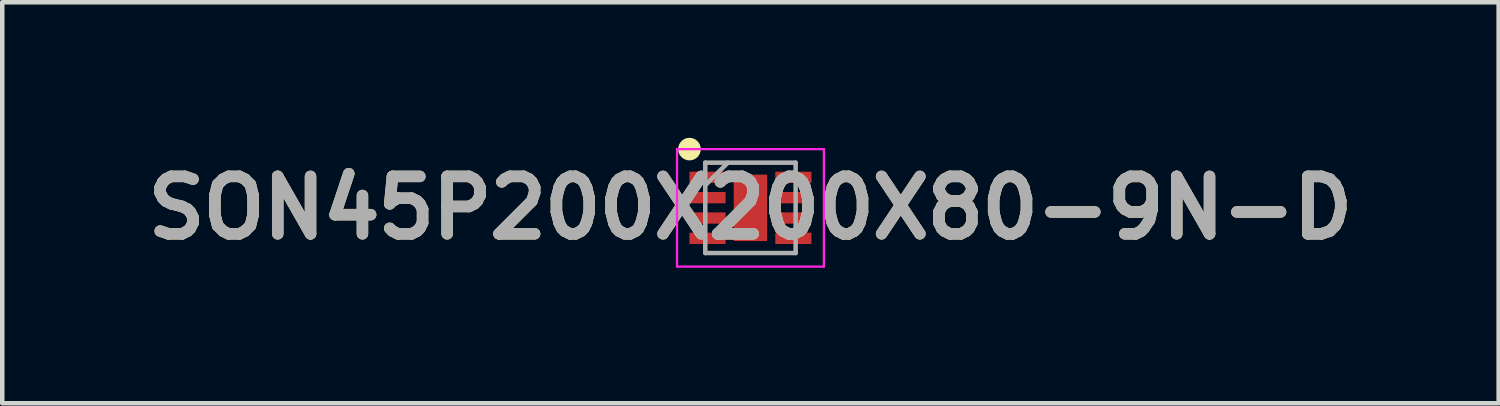
<source format=kicad_pcb>
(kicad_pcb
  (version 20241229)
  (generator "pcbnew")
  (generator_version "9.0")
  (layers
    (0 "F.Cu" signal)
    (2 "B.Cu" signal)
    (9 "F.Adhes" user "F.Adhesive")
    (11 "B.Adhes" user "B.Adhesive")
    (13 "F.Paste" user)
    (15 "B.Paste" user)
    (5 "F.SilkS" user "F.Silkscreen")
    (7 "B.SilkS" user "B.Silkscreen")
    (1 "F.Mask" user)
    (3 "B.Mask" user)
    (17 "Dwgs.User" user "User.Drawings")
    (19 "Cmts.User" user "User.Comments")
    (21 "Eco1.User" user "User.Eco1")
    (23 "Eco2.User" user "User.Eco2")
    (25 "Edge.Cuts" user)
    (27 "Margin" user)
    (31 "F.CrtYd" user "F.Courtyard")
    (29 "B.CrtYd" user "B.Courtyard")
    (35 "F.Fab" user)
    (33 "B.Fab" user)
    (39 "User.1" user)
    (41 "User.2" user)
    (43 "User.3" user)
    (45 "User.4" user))
  (footprint "SON45P200X200X80-9N-D"
    (layer "F.Cu")
    (at 13.559 1.55)
    (property "Reference" "SON45P200X200X80-9N-D" (at 0 0 0) (layer "F.SilkS") (effects (font (size 1.27 1.27) (thickness 0.254))))
    (attr smd)
    (fp_circle (center -1.35 -1.3) (end -1.35 -1.175) (stroke (width 0.25) (type solid)) (fill no) (layer "F.SilkS"))
    (fp_line (start -1.625 -1.3) (end 1.625 -1.3) (stroke (width 0.05) (type solid)) (layer "F.CrtYd"))
    (fp_line (start -1.625 1.3) (end -1.625 -1.3) (stroke (width 0.05) (type solid)) (layer "F.CrtYd"))
    (fp_line (start 1.625 -1.3) (end 1.625 1.3) (stroke (width 0.05) (type solid)) (layer "F.CrtYd"))
    (fp_line (start 1.625 1.3) (end -1.625 1.3) (stroke (width 0.05) (type solid)) (layer "F.CrtYd"))
    (fp_line (start -1 -1) (end 1 -1) (stroke (width 0.1) (type solid)) (layer "F.Fab"))
    (fp_line (start -1 -0.5) (end -0.5 -1) (stroke (width 0.1) (type solid)) (layer "F.Fab"))
    (fp_line (start -1 1) (end -1 -1) (stroke (width 0.1) (type solid)) (layer "F.Fab"))
    (fp_line (start 1 -1) (end 1 1) (stroke (width 0.1) (type solid)) (layer "F.Fab"))
    (fp_line (start 1 1) (end -1 1) (stroke (width 0.1) (type solid)) (layer "F.Fab"))
    (fp_text user "${REFERENCE}" (at 0 0 0) (layer "F.Fab") (effects (font (size 1.27 1.27) (thickness 0.254))))
    (pad "1" smd rect (at -0.95 -0.675 90) (size 0.25 0.8) (layers "F.Cu" "F.Mask" "F.Paste"))
    (pad "2" smd rect (at -0.95 -0.225 90) (size 0.25 0.8) (layers "F.Cu" "F.Mask" "F.Paste"))
    (pad "3" smd rect (at -0.95 0.225 90) (size 0.25 0.8) (layers "F.Cu" "F.Mask" "F.Paste"))
    (pad "4" smd rect (at -0.95 0.675 90) (size 0.25 0.8) (layers "F.Cu" "F.Mask" "F.Paste"))
    (pad "5" smd rect (at 0.95 0.675 90) (size 0.25 0.8) (layers "F.Cu" "F.Mask" "F.Paste"))
    (pad "6" smd rect (at 0.95 0.225 90) (size 0.25 0.8) (layers "F.Cu" "F.Mask" "F.Paste"))
    (pad "7" smd rect (at 0.95 -0.225 90) (size 0.25 0.8) (layers "F.Cu" "F.Mask" "F.Paste"))
    (pad "8" smd rect (at 0.95 -0.675 90) (size 0.25 0.8) (layers "F.Cu" "F.Mask" "F.Paste"))
    (pad "9" smd rect (at 0 0) (size 0.74 1.47) (layers "F.Cu" "F.Mask" "F.Paste")))
  (gr_rect
    (start -3 -3)
    (end 30.118 5.875)
    (stroke (width 0.1) (type default))
    (fill no)
    (layer "Edge.Cuts")))
</source>
